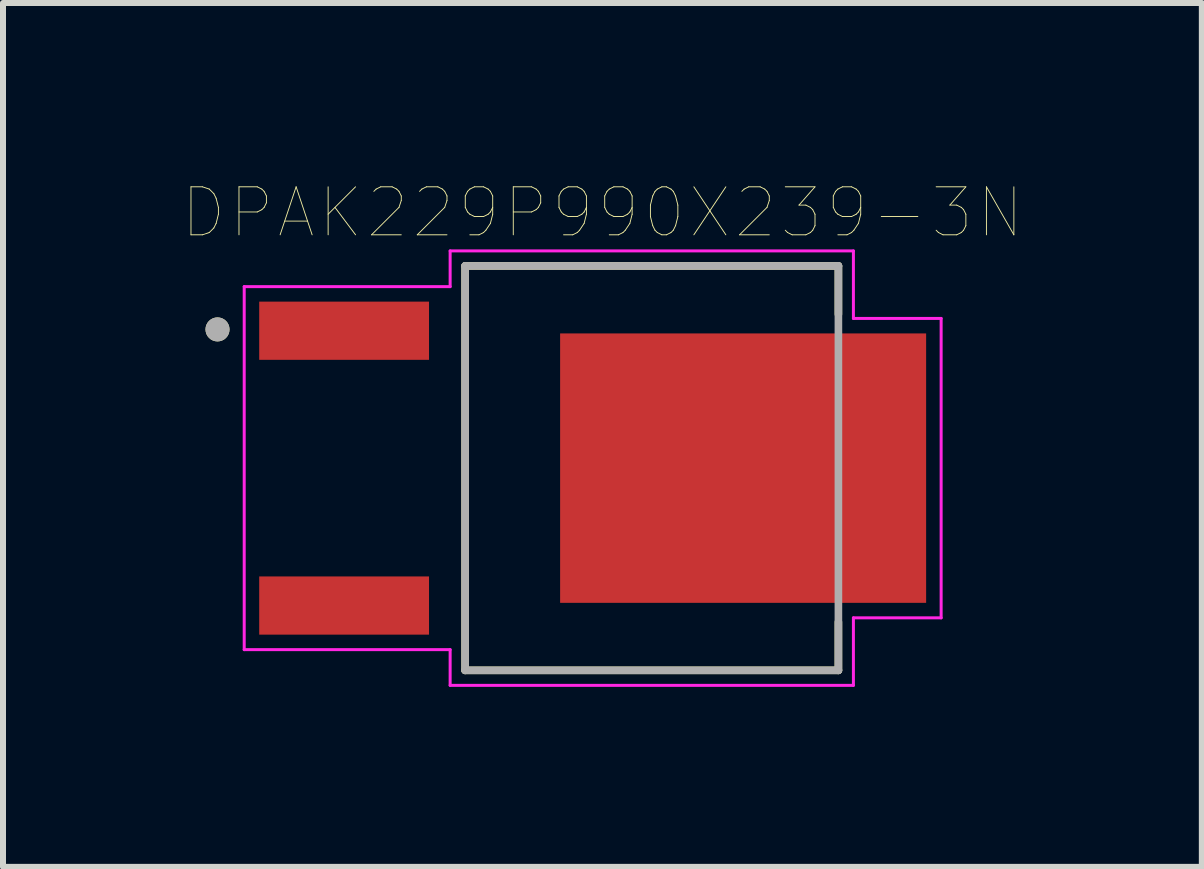
<source format=kicad_pcb>
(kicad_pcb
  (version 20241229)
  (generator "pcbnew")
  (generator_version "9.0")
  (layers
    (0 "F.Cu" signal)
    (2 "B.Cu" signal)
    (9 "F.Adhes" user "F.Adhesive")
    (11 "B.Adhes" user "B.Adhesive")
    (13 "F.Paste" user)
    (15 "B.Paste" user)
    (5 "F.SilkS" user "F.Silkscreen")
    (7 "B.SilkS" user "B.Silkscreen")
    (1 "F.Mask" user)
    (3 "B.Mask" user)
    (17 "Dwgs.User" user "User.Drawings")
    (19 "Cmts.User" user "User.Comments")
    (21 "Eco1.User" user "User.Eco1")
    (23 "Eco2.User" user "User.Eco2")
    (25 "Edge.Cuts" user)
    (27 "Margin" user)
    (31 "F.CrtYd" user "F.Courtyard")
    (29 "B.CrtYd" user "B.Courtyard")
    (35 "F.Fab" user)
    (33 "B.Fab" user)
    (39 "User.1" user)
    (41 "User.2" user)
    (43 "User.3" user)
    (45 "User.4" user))
  (footprint "DPAK229P990X239-3N"
    (layer "F.Cu")
    (at 6.825 4.752)
    (property "Reference" "DPAK229P990X239-3N" (at 0.165 -4.258 0) (layer "F.SilkS") (effects (font (size 0.8 0.8) (thickness 0.015))))
    (attr through_hole)
    (fp_line (start -2.123 -3.37) (end -2.123 3.37) (stroke (width 0.127) (type solid)) (layer "F.SilkS"))
    (fp_line (start -2.123 3.37) (end 4.098 3.37) (stroke (width 0.127) (type solid)) (layer "F.SilkS"))
    (fp_line (start 4.098 -3.37) (end -2.123 -3.37) (stroke (width 0.127) (type solid)) (layer "F.SilkS"))
    (fp_line (start 4.098 -2.565) (end 4.098 -3.37) (stroke (width 0.127) (type solid)) (layer "F.SilkS"))
    (fp_line (start 4.098 3.37) (end 4.098 2.565) (stroke (width 0.127) (type solid)) (layer "F.SilkS"))
    (fp_circle (center -6.25 -2.312) (end -6.15 -2.312) (stroke (width 0.2) (type solid)) (fill no) (layer "F.SilkS"))
    (fp_poly (pts (xy -0.285 -1.865) (xy 1.245 -1.865) (xy 1.245 -0.375) (xy -0.285 -0.375)) (stroke (width 0.01) (type solid)) (fill yes) (layer "F.Paste"))
    (fp_poly (pts (xy -0.285 0.375) (xy 1.245 0.375) (xy 1.245 1.865) (xy -0.285 1.865)) (stroke (width 0.01) (type solid)) (fill yes) (layer "F.Paste"))
    (fp_poly (pts (xy 1.745 -1.865) (xy 3.275 -1.865) (xy 3.275 -0.375) (xy 1.745 -0.375)) (stroke (width 0.01) (type solid)) (fill yes) (layer "F.Paste"))
    (fp_poly (pts (xy 1.745 0.375) (xy 3.275 0.375) (xy 3.275 1.865) (xy 1.745 1.865)) (stroke (width 0.01) (type solid)) (fill yes) (layer "F.Paste"))
    (fp_poly (pts (xy 3.775 -1.865) (xy 5.305 -1.865) (xy 5.305 -0.375) (xy 3.775 -0.375)) (stroke (width 0.01) (type solid)) (fill yes) (layer "F.Paste"))
    (fp_poly (pts (xy 3.775 0.375) (xy 5.305 0.375) (xy 5.305 1.865) (xy 3.775 1.865)) (stroke (width 0.01) (type solid)) (fill yes) (layer "F.Paste"))
    (fp_line (start -5.805 -3.025) (end -5.805 3.025) (stroke (width 0.05) (type solid)) (layer "F.CrtYd"))
    (fp_line (start -5.805 3.025) (end -2.373 3.025) (stroke (width 0.05) (type solid)) (layer "F.CrtYd"))
    (fp_line (start -2.373 -3.62) (end -2.373 -3.025) (stroke (width 0.05) (type solid)) (layer "F.CrtYd"))
    (fp_line (start -2.373 -3.025) (end -5.805 -3.025) (stroke (width 0.05) (type solid)) (layer "F.CrtYd"))
    (fp_line (start -2.373 3.025) (end -2.373 3.62) (stroke (width 0.05) (type solid)) (layer "F.CrtYd"))
    (fp_line (start -2.373 3.62) (end 4.348 3.62) (stroke (width 0.05) (type solid)) (layer "F.CrtYd"))
    (fp_line (start 4.348 -3.62) (end -2.373 -3.62) (stroke (width 0.05) (type solid)) (layer "F.CrtYd"))
    (fp_line (start 4.348 -2.495) (end 4.348 -3.62) (stroke (width 0.05) (type solid)) (layer "F.CrtYd"))
    (fp_line (start 4.348 2.495) (end 5.81 2.495) (stroke (width 0.05) (type solid)) (layer "F.CrtYd"))
    (fp_line (start 4.348 3.62) (end 4.348 2.495) (stroke (width 0.05) (type solid)) (layer "F.CrtYd"))
    (fp_line (start 5.81 -2.495) (end 4.348 -2.495) (stroke (width 0.05) (type solid)) (layer "F.CrtYd"))
    (fp_line (start 5.81 2.495) (end 5.81 -2.495) (stroke (width 0.05) (type solid)) (layer "F.CrtYd"))
    (fp_line (start -2.123 -3.37) (end -2.123 3.37) (stroke (width 0.127) (type solid)) (layer "F.Fab"))
    (fp_line (start -2.123 3.37) (end 4.098 3.37) (stroke (width 0.127) (type solid)) (layer "F.Fab"))
    (fp_line (start 4.098 -3.37) (end -2.123 -3.37) (stroke (width 0.127) (type solid)) (layer "F.Fab"))
    (fp_line (start 4.098 3.37) (end 4.098 -3.37) (stroke (width 0.127) (type solid)) (layer "F.Fab"))
    (fp_circle (center -6.25 -2.312) (end -6.15 -2.312) (stroke (width 0.2) (type solid)) (fill no) (layer "F.Fab"))
    (pad "1" smd rect (at 2.51 0) (size 6.1 4.49) (layers "F.Cu" "F.Mask"))
    (pad "2" smd rect (at -4.14 -2.29) (size 2.83 0.97) (layers "F.Cu" "F.Mask" "F.Paste"))
    (pad "3" smd rect (at -4.14 2.29) (size 2.83 0.97) (layers "F.Cu" "F.Mask" "F.Paste")))
  (gr_rect
    (start -3 -3)
    (end 16.98 11.397)
    (stroke (width 0.1) (type default))
    (fill no)
    (layer "Edge.Cuts")))
</source>
